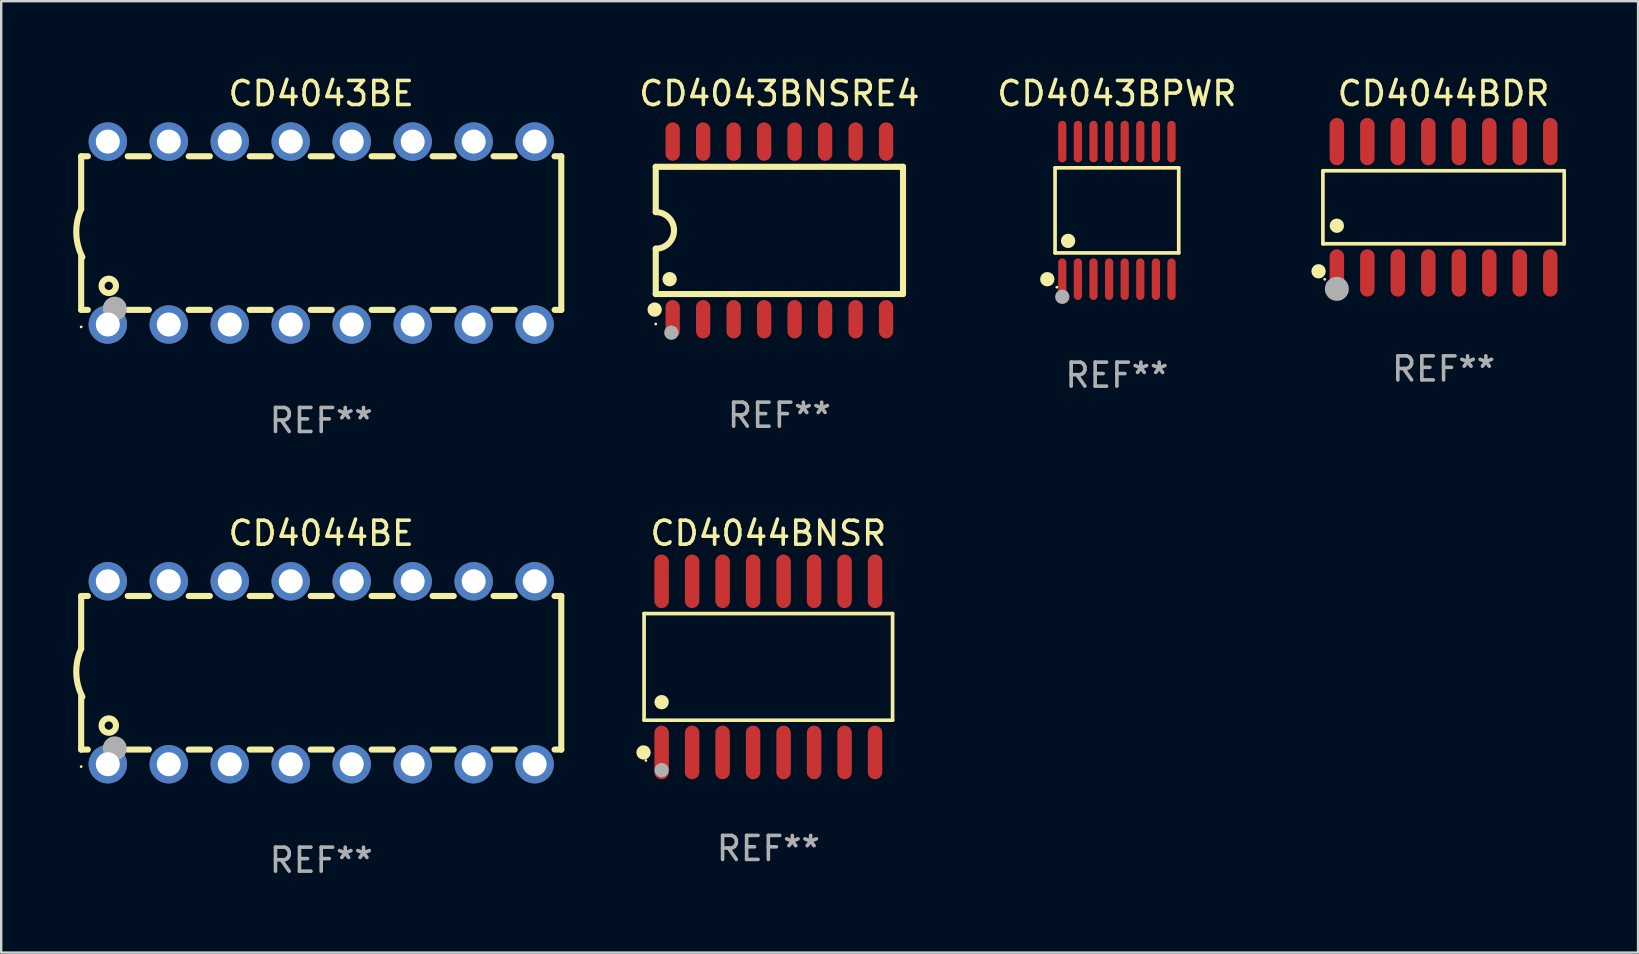
<source format=kicad_pcb>
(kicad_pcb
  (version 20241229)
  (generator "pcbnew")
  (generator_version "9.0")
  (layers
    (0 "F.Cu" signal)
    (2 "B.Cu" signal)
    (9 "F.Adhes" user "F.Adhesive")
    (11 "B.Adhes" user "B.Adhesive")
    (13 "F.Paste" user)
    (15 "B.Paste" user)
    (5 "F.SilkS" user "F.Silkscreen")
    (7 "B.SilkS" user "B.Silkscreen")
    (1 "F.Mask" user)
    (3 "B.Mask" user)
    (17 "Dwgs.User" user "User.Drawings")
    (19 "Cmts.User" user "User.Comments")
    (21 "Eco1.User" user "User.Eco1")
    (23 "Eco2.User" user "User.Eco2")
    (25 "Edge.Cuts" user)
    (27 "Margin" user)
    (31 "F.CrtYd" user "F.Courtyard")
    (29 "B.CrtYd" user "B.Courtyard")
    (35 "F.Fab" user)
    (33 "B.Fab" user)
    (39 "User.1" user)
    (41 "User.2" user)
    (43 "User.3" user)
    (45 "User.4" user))
  (footprint "CD4043BNSRE4"
    (layer "F.Cu")
    (at 29.416 6.548)
    (property "Reference" "CD4043BNSRE4" (at 0 -5.7 0) (layer "F.SilkS") (effects (font (size 1 1) (thickness 0.15))))
    (attr through_hole)
    (fp_line (start -5.15 -2.65) (end -5.15 -0.762) (stroke (width 0.254) (type solid)) (layer "F.SilkS"))
    (fp_line (start -5.15 -2.65) (end 5.15 -2.65) (stroke (width 0.254) (type solid)) (layer "F.SilkS"))
    (fp_line (start -5.15 2.65) (end -5.15 0.762) (stroke (width 0.254) (type solid)) (layer "F.SilkS"))
    (fp_line (start 5.15 -2.65) (end 5.15 2.65) (stroke (width 0.254) (type solid)) (layer "F.SilkS"))
    (fp_line (start 5.15 2.65) (end -5.15 2.65) (stroke (width 0.254) (type solid)) (layer "F.SilkS"))
    (fp_arc (start -5.151131 -0.762003) (mid -4.389128 -0.000559) (end -5.150013 0.762002) (stroke (width 0.254001) (type solid)) (layer "F.SilkS"))
    (fp_circle (center -5.195 3.299) (end -5.045 3.299) (stroke (width 0.3) (type solid)) (fill no) (layer "F.SilkS"))
    (fp_circle (center -5.15 3.9) (end -5.12 3.9) (stroke (width 0.06) (type solid)) (fill no) (layer "F.SilkS"))
    (fp_circle (center -4.572 2.032) (end -4.422 2.032) (stroke (width 0.3) (type solid)) (fill no) (layer "F.SilkS"))
    (fp_circle (center -4.5 4.26) (end -4.35 4.26) (stroke (width 0.3) (type solid)) (fill no) (layer "F.Fab"))
    (fp_text user "REF**" (at 0 7.7 0) (layer "F.Fab") (effects (font (size 1 1) (thickness 0.15))))
    (pad "1" smd oval (at -4.445 3.7) (size 0.595 1.598) (layers "F.Cu" "F.Mask" "F.Paste"))
    (pad "2" smd oval (at -3.175 3.7) (size 0.595 1.598) (layers "F.Cu" "F.Mask" "F.Paste"))
    (pad "3" smd oval (at -1.905 3.7) (size 0.595 1.598) (layers "F.Cu" "F.Mask" "F.Paste"))
    (pad "4" smd oval (at -0.635 3.7) (size 0.595 1.598) (layers "F.Cu" "F.Mask" "F.Paste"))
    (pad "5" smd oval (at 0.635 3.7) (size 0.595 1.598) (layers "F.Cu" "F.Mask" "F.Paste"))
    (pad "6" smd oval (at 1.905 3.7) (size 0.595 1.598) (layers "F.Cu" "F.Mask" "F.Paste"))
    (pad "7" smd oval (at 3.175 3.7) (size 0.595 1.598) (layers "F.Cu" "F.Mask" "F.Paste"))
    (pad "8" smd oval (at 4.445 3.7) (size 0.595 1.598) (layers "F.Cu" "F.Mask" "F.Paste"))
    (pad "9" smd oval (at 4.445 -3.7) (size 0.595 1.598) (layers "F.Cu" "F.Mask" "F.Paste"))
    (pad "10" smd oval (at 3.175 -3.7) (size 0.595 1.598) (layers "F.Cu" "F.Mask" "F.Paste"))
    (pad "11" smd oval (at 1.905 -3.7) (size 0.595 1.598) (layers "F.Cu" "F.Mask" "F.Paste"))
    (pad "12" smd oval (at 0.635 -3.7) (size 0.595 1.598) (layers "F.Cu" "F.Mask" "F.Paste"))
    (pad "13" smd oval (at -0.635 -3.7) (size 0.595 1.598) (layers "F.Cu" "F.Mask" "F.Paste"))
    (pad "14" smd oval (at -1.905 -3.7) (size 0.595 1.598) (layers "F.Cu" "F.Mask" "F.Paste"))
    (pad "15" smd oval (at -3.175 -3.7) (size 0.595 1.598) (layers "F.Cu" "F.Mask" "F.Paste"))
    (pad "16" smd oval (at -4.445 -3.7) (size 0.595 1.598) (layers "F.Cu" "F.Mask" "F.Paste")))
  (footprint "CD4043BPWR"
    (layer "F.Cu")
    (at 43.476 5.714)
    (property "Reference" "CD4043BPWR" (at 0 -4.866 0) (layer "F.SilkS") (effects (font (size 1 1) (thickness 0.15))))
    (attr through_hole)
    (fp_line (start -2.576 -1.772) (end 2.576 -1.772) (stroke (width 0.152) (type solid)) (layer "F.SilkS"))
    (fp_line (start -2.576 1.771) (end -2.576 -1.772) (stroke (width 0.152) (type solid)) (layer "F.SilkS"))
    (fp_line (start 2.576 -1.772) (end 2.576 1.771) (stroke (width 0.152) (type solid)) (layer "F.SilkS"))
    (fp_line (start 2.576 1.771) (end -2.576 1.771) (stroke (width 0.152) (type solid)) (layer "F.SilkS"))
    (fp_circle (center -2.899 2.866) (end -2.749 2.866) (stroke (width 0.3) (type solid)) (fill no) (layer "F.SilkS"))
    (fp_circle (center -2.5 3.2) (end -2.47 3.2) (stroke (width 0.06) (type solid)) (fill no) (layer "F.SilkS"))
    (fp_circle (center -2.032 1.27) (end -1.882 1.27) (stroke (width 0.3) (type solid)) (fill no) (layer "F.SilkS"))
    (fp_circle (center -2.275 3.6) (end -2.125 3.6) (stroke (width 0.3) (type solid)) (fill no) (layer "F.Fab"))
    (fp_text user "REF**" (at 0 6.866 0) (layer "F.Fab") (effects (font (size 1 1) (thickness 0.15))))
    (pad "1" smd oval (at -2.275 2.866) (size 0.343 1.731) (layers "F.Cu" "F.Mask" "F.Paste"))
    (pad "2" smd oval (at -1.625 2.866) (size 0.343 1.731) (layers "F.Cu" "F.Mask" "F.Paste"))
    (pad "3" smd oval (at -0.975 2.866) (size 0.343 1.731) (layers "F.Cu" "F.Mask" "F.Paste"))
    (pad "4" smd oval (at -0.325 2.866) (size 0.343 1.731) (layers "F.Cu" "F.Mask" "F.Paste"))
    (pad "5" smd oval (at 0.325 2.866) (size 0.343 1.731) (layers "F.Cu" "F.Mask" "F.Paste"))
    (pad "6" smd oval (at 0.975 2.866) (size 0.343 1.731) (layers "F.Cu" "F.Mask" "F.Paste"))
    (pad "7" smd oval (at 1.625 2.866) (size 0.343 1.731) (layers "F.Cu" "F.Mask" "F.Paste"))
    (pad "8" smd oval (at 2.275 2.866) (size 0.343 1.731) (layers "F.Cu" "F.Mask" "F.Paste"))
    (pad "9" smd oval (at 2.275 -2.866) (size 0.343 1.731) (layers "F.Cu" "F.Mask" "F.Paste"))
    (pad "10" smd oval (at 1.625 -2.866) (size 0.343 1.731) (layers "F.Cu" "F.Mask" "F.Paste"))
    (pad "11" smd oval (at 0.975 -2.866) (size 0.343 1.731) (layers "F.Cu" "F.Mask" "F.Paste"))
    (pad "12" smd oval (at 0.325 -2.866) (size 0.343 1.731) (layers "F.Cu" "F.Mask" "F.Paste"))
    (pad "13" smd oval (at -0.325 -2.866) (size 0.343 1.731) (layers "F.Cu" "F.Mask" "F.Paste"))
    (pad "14" smd oval (at -0.975 -2.866) (size 0.343 1.731) (layers "F.Cu" "F.Mask" "F.Paste"))
    (pad "15" smd oval (at -1.625 -2.866) (size 0.343 1.731) (layers "F.Cu" "F.Mask" "F.Paste"))
    (pad "16" smd oval (at -2.275 -2.866) (size 0.343 1.731) (layers "F.Cu" "F.Mask" "F.Paste")))
  (footprint "CD4044BE"
    (layer "F.Cu")
    (at 10.331 24.975)
    (property "Reference" "CD4044BE" (at 0 -5.81 0) (layer "F.SilkS") (effects (font (size 1 1) (thickness 0.15))))
    (attr through_hole)
    (fp_line (start -10 -3.198) (end -9.719 -3.198) (stroke (width 0.254) (type solid)) (layer "F.SilkS"))
    (fp_line (start -10 -0.998) (end -10 -3.198) (stroke (width 0.254) (type solid)) (layer "F.SilkS"))
    (fp_line (start -10 3.2) (end -10 1) (stroke (width 0.254) (type solid)) (layer "F.SilkS"))
    (fp_line (start -10 3.2) (end -9.721 3.2) (stroke (width 0.254) (type solid)) (layer "F.SilkS"))
    (fp_line (start -8.061 -3.198) (end -7.179 -3.198) (stroke (width 0.254) (type solid)) (layer "F.SilkS"))
    (fp_line (start -8.059 3.2) (end -7.181 3.2) (stroke (width 0.254) (type solid)) (layer "F.SilkS"))
    (fp_line (start -5.521 -3.198) (end -4.639 -3.198) (stroke (width 0.254) (type solid)) (layer "F.SilkS"))
    (fp_line (start -5.519 3.2) (end -4.641 3.2) (stroke (width 0.254) (type solid)) (layer "F.SilkS"))
    (fp_line (start -2.981 -3.198) (end -2.099 -3.198) (stroke (width 0.254) (type solid)) (layer "F.SilkS"))
    (fp_line (start -2.979 3.2) (end -2.101 3.2) (stroke (width 0.254) (type solid)) (layer "F.SilkS"))
    (fp_line (start -0.441 -3.198) (end 0.441 -3.198) (stroke (width 0.254) (type solid)) (layer "F.SilkS"))
    (fp_line (start -0.439 3.2) (end 0.439 3.2) (stroke (width 0.254) (type solid)) (layer "F.SilkS"))
    (fp_line (start 2.099 -3.198) (end 2.981 -3.198) (stroke (width 0.254) (type solid)) (layer "F.SilkS"))
    (fp_line (start 2.101 3.2) (end 2.979 3.2) (stroke (width 0.254) (type solid)) (layer "F.SilkS"))
    (fp_line (start 4.639 -3.198) (end 5.521 -3.198) (stroke (width 0.254) (type solid)) (layer "F.SilkS"))
    (fp_line (start 4.641 3.2) (end 5.519 3.2) (stroke (width 0.254) (type solid)) (layer "F.SilkS"))
    (fp_line (start 7.179 -3.198) (end 8.061 -3.198) (stroke (width 0.254) (type solid)) (layer "F.SilkS"))
    (fp_line (start 7.181 3.2) (end 8.059 3.2) (stroke (width 0.254) (type solid)) (layer "F.SilkS"))
    (fp_line (start 9.719 -3.198) (end 10 -3.198) (stroke (width 0.254) (type solid)) (layer "F.SilkS"))
    (fp_line (start 9.721 3.2) (end 10 3.2) (stroke (width 0.254) (type solid)) (layer "F.SilkS"))
    (fp_line (start 10 3.2) (end 10 -3.2) (stroke (width 0.254) (type solid)) (layer "F.SilkS"))
    (fp_arc (start -9.949962 1) (mid -10.203153 0.005709) (end -10 -1) (stroke (width 0.254001) (type solid)) (layer "F.SilkS"))
    (fp_circle (center -10 3.91) (end -9.97 3.91) (stroke (width 0.06) (type solid)) (fill no) (layer "F.SilkS"))
    (fp_circle (center -8.85 2.2) (end -8.55 2.2) (stroke (width 0.254) (type solid)) (fill no) (layer "F.SilkS"))
    (fp_circle (center -8.6 3.15) (end -8.35 3.15) (stroke (width 0.5) (type solid)) (fill no) (layer "F.Fab"))
    (fp_text user "REF**" (at 0 7.81 0) (layer "F.Fab") (effects (font (size 1 1) (thickness 0.15))))
    (pad "1" thru_hole circle (at -8.89 3.81) (size 1.6 1.6) (drill 1) (layers "*.Cu" "*.Mask"))
    (pad "2" thru_hole circle (at -6.35 3.81) (size 1.6 1.6) (drill 1) (layers "*.Cu" "*.Mask"))
    (pad "3" thru_hole circle (at -3.81 3.81) (size 1.6 1.6) (drill 1) (layers "*.Cu" "*.Mask"))
    (pad "4" thru_hole circle (at -1.27 3.81) (size 1.6 1.6) (drill 1) (layers "*.Cu" "*.Mask"))
    (pad "5" thru_hole circle (at 1.27 3.81) (size 1.6 1.6) (drill 1) (layers "*.Cu" "*.Mask"))
    (pad "6" thru_hole circle (at 3.81 3.81) (size 1.6 1.6) (drill 1) (layers "*.Cu" "*.Mask"))
    (pad "7" thru_hole circle (at 6.35 3.81) (size 1.6 1.6) (drill 1) (layers "*.Cu" "*.Mask"))
    (pad "8" thru_hole circle (at 8.89 3.81) (size 1.6 1.6) (drill 1) (layers "*.Cu" "*.Mask"))
    (pad "9" thru_hole circle (at 8.89 -3.81) (size 1.6 1.6) (drill 1) (layers "*.Cu" "*.Mask"))
    (pad "10" thru_hole circle (at 6.35 -3.81) (size 1.6 1.6) (drill 1) (layers "*.Cu" "*.Mask"))
    (pad "11" thru_hole circle (at 3.81 -3.81) (size 1.6 1.6) (drill 1) (layers "*.Cu" "*.Mask"))
    (pad "12" thru_hole circle (at 1.27 -3.81) (size 1.6 1.6) (drill 1) (layers "*.Cu" "*.Mask"))
    (pad "13" thru_hole circle (at -1.27 -3.81) (size 1.6 1.6) (drill 1) (layers "*.Cu" "*.Mask"))
    (pad "14" thru_hole circle (at -3.81 -3.81) (size 1.6 1.6) (drill 1) (layers "*.Cu" "*.Mask"))
    (pad "15" thru_hole circle (at -6.35 -3.81) (size 1.6 1.6) (drill 1) (layers "*.Cu" "*.Mask"))
    (pad "16" thru_hole circle (at -8.89 -3.81) (size 1.6 1.6) (drill 1) (layers "*.Cu" "*.Mask")))
  (footprint "CD4044BNSR"
    (layer "F.Cu")
    (at 28.956 24.73)
    (property "Reference" "CD4044BNSR" (at 0 -5.565 0) (layer "F.SilkS") (effects (font (size 1 1) (thickness 0.15))))
    (attr through_hole)
    (fp_line (start -5.176 -2.221) (end 5.176 -2.221) (stroke (width 0.152) (type solid)) (layer "F.SilkS"))
    (fp_line (start -5.176 2.221) (end -5.176 -2.221) (stroke (width 0.152) (type solid)) (layer "F.SilkS"))
    (fp_line (start 5.176 -2.221) (end 5.176 2.221) (stroke (width 0.152) (type solid)) (layer "F.SilkS"))
    (fp_line (start 5.176 2.221) (end -5.176 2.221) (stroke (width 0.152) (type solid)) (layer "F.SilkS"))
    (fp_circle (center -5.198 3.565) (end -5.048 3.565) (stroke (width 0.3) (type solid)) (fill no) (layer "F.SilkS"))
    (fp_circle (center -5.1 3.9) (end -5.07 3.9) (stroke (width 0.06) (type solid)) (fill no) (layer "F.SilkS"))
    (fp_circle (center -4.445 1.469) (end -4.295 1.469) (stroke (width 0.3) (type solid)) (fill no) (layer "F.SilkS"))
    (fp_circle (center -4.445 4.3) (end -4.295 4.3) (stroke (width 0.3) (type solid)) (fill no) (layer "F.Fab"))
    (fp_text user "REF**" (at 0 7.565 0) (layer "F.Fab") (effects (font (size 1 1) (thickness 0.15))))
    (pad "1" smd oval (at -4.445 3.565) (size 0.602 2.231) (layers "F.Cu" "F.Mask" "F.Paste"))
    (pad "2" smd oval (at -3.175 3.565) (size 0.602 2.231) (layers "F.Cu" "F.Mask" "F.Paste"))
    (pad "3" smd oval (at -1.905 3.565) (size 0.602 2.231) (layers "F.Cu" "F.Mask" "F.Paste"))
    (pad "4" smd oval (at -0.635 3.565) (size 0.602 2.231) (layers "F.Cu" "F.Mask" "F.Paste"))
    (pad "5" smd oval (at 0.635 3.565) (size 0.602 2.231) (layers "F.Cu" "F.Mask" "F.Paste"))
    (pad "6" smd oval (at 1.905 3.565) (size 0.602 2.231) (layers "F.Cu" "F.Mask" "F.Paste"))
    (pad "7" smd oval (at 3.175 3.565) (size 0.602 2.231) (layers "F.Cu" "F.Mask" "F.Paste"))
    (pad "8" smd oval (at 4.445 3.565) (size 0.602 2.231) (layers "F.Cu" "F.Mask" "F.Paste"))
    (pad "9" smd oval (at 4.445 -3.565) (size 0.602 2.231) (layers "F.Cu" "F.Mask" "F.Paste"))
    (pad "10" smd oval (at 3.175 -3.565) (size 0.602 2.231) (layers "F.Cu" "F.Mask" "F.Paste"))
    (pad "11" smd oval (at 1.905 -3.565) (size 0.602 2.231) (layers "F.Cu" "F.Mask" "F.Paste"))
    (pad "12" smd oval (at 0.635 -3.565) (size 0.602 2.231) (layers "F.Cu" "F.Mask" "F.Paste"))
    (pad "13" smd oval (at -0.635 -3.565) (size 0.602 2.231) (layers "F.Cu" "F.Mask" "F.Paste"))
    (pad "14" smd oval (at -1.905 -3.565) (size 0.602 2.231) (layers "F.Cu" "F.Mask" "F.Paste"))
    (pad "15" smd oval (at -3.175 -3.565) (size 0.602 2.231) (layers "F.Cu" "F.Mask" "F.Paste"))
    (pad "16" smd oval (at -4.445 -3.565) (size 0.602 2.231) (layers "F.Cu" "F.Mask" "F.Paste")))
  (footprint "CD4043BE"
    (layer "F.Cu")
    (at 10.331 6.658)
    (property "Reference" "CD4043BE" (at 0 -5.81 0) (layer "F.SilkS") (effects (font (size 1 1) (thickness 0.15))))
    (attr through_hole)
    (fp_line (start -10 -3.198) (end -9.719 -3.198) (stroke (width 0.254) (type solid)) (layer "F.SilkS"))
    (fp_line (start -10 -0.998) (end -10 -3.198) (stroke (width 0.254) (type solid)) (layer "F.SilkS"))
    (fp_line (start -10 3.2) (end -10 1) (stroke (width 0.254) (type solid)) (layer "F.SilkS"))
    (fp_line (start -10 3.2) (end -9.721 3.2) (stroke (width 0.254) (type solid)) (layer "F.SilkS"))
    (fp_line (start -8.061 -3.198) (end -7.179 -3.198) (stroke (width 0.254) (type solid)) (layer "F.SilkS"))
    (fp_line (start -8.059 3.2) (end -7.181 3.2) (stroke (width 0.254) (type solid)) (layer "F.SilkS"))
    (fp_line (start -5.521 -3.198) (end -4.639 -3.198) (stroke (width 0.254) (type solid)) (layer "F.SilkS"))
    (fp_line (start -5.519 3.2) (end -4.641 3.2) (stroke (width 0.254) (type solid)) (layer "F.SilkS"))
    (fp_line (start -2.981 -3.198) (end -2.099 -3.198) (stroke (width 0.254) (type solid)) (layer "F.SilkS"))
    (fp_line (start -2.979 3.2) (end -2.101 3.2) (stroke (width 0.254) (type solid)) (layer "F.SilkS"))
    (fp_line (start -0.441 -3.198) (end 0.441 -3.198) (stroke (width 0.254) (type solid)) (layer "F.SilkS"))
    (fp_line (start -0.439 3.2) (end 0.439 3.2) (stroke (width 0.254) (type solid)) (layer "F.SilkS"))
    (fp_line (start 2.099 -3.198) (end 2.981 -3.198) (stroke (width 0.254) (type solid)) (layer "F.SilkS"))
    (fp_line (start 2.101 3.2) (end 2.979 3.2) (stroke (width 0.254) (type solid)) (layer "F.SilkS"))
    (fp_line (start 4.639 -3.198) (end 5.521 -3.198) (stroke (width 0.254) (type solid)) (layer "F.SilkS"))
    (fp_line (start 4.641 3.2) (end 5.519 3.2) (stroke (width 0.254) (type solid)) (layer "F.SilkS"))
    (fp_line (start 7.179 -3.198) (end 8.061 -3.198) (stroke (width 0.254) (type solid)) (layer "F.SilkS"))
    (fp_line (start 7.181 3.2) (end 8.059 3.2) (stroke (width 0.254) (type solid)) (layer "F.SilkS"))
    (fp_line (start 9.719 -3.198) (end 10 -3.198) (stroke (width 0.254) (type solid)) (layer "F.SilkS"))
    (fp_line (start 9.721 3.2) (end 10 3.2) (stroke (width 0.254) (type solid)) (layer "F.SilkS"))
    (fp_line (start 10 3.2) (end 10 -3.2) (stroke (width 0.254) (type solid)) (layer "F.SilkS"))
    (fp_arc (start -9.949962 1) (mid -10.203153 0.005709) (end -10 -1) (stroke (width 0.254001) (type solid)) (layer "F.SilkS"))
    (fp_circle (center -10 3.91) (end -9.97 3.91) (stroke (width 0.06) (type solid)) (fill no) (layer "F.SilkS"))
    (fp_circle (center -8.85 2.2) (end -8.55 2.2) (stroke (width 0.254) (type solid)) (fill no) (layer "F.SilkS"))
    (fp_circle (center -8.6 3.15) (end -8.35 3.15) (stroke (width 0.5) (type solid)) (fill no) (layer "F.Fab"))
    (fp_text user "REF**" (at 0 7.81 0) (layer "F.Fab") (effects (font (size 1 1) (thickness 0.15))))
    (pad "1" thru_hole circle (at -8.89 3.81) (size 1.6 1.6) (drill 1) (layers "*.Cu" "*.Mask"))
    (pad "2" thru_hole circle (at -6.35 3.81) (size 1.6 1.6) (drill 1) (layers "*.Cu" "*.Mask"))
    (pad "3" thru_hole circle (at -3.81 3.81) (size 1.6 1.6) (drill 1) (layers "*.Cu" "*.Mask"))
    (pad "4" thru_hole circle (at -1.27 3.81) (size 1.6 1.6) (drill 1) (layers "*.Cu" "*.Mask"))
    (pad "5" thru_hole circle (at 1.27 3.81) (size 1.6 1.6) (drill 1) (layers "*.Cu" "*.Mask"))
    (pad "6" thru_hole circle (at 3.81 3.81) (size 1.6 1.6) (drill 1) (layers "*.Cu" "*.Mask"))
    (pad "7" thru_hole circle (at 6.35 3.81) (size 1.6 1.6) (drill 1) (layers "*.Cu" "*.Mask"))
    (pad "8" thru_hole circle (at 8.89 3.81) (size 1.6 1.6) (drill 1) (layers "*.Cu" "*.Mask"))
    (pad "9" thru_hole circle (at 8.89 -3.81) (size 1.6 1.6) (drill 1) (layers "*.Cu" "*.Mask"))
    (pad "10" thru_hole circle (at 6.35 -3.81) (size 1.6 1.6) (drill 1) (layers "*.Cu" "*.Mask"))
    (pad "11" thru_hole circle (at 3.81 -3.81) (size 1.6 1.6) (drill 1) (layers "*.Cu" "*.Mask"))
    (pad "12" thru_hole circle (at 1.27 -3.81) (size 1.6 1.6) (drill 1) (layers "*.Cu" "*.Mask"))
    (pad "13" thru_hole circle (at -1.27 -3.81) (size 1.6 1.6) (drill 1) (layers "*.Cu" "*.Mask"))
    (pad "14" thru_hole circle (at -3.81 -3.81) (size 1.6 1.6) (drill 1) (layers "*.Cu" "*.Mask"))
    (pad "15" thru_hole circle (at -6.35 -3.81) (size 1.6 1.6) (drill 1) (layers "*.Cu" "*.Mask"))
    (pad "16" thru_hole circle (at -8.89 -3.81) (size 1.6 1.6) (drill 1) (layers "*.Cu" "*.Mask")))
  (footprint "CD4044BDR"
    (layer "F.Cu")
    (at 57.084 5.584)
    (property "Reference" "CD4044BDR" (at 0 -4.736 0) (layer "F.SilkS") (effects (font (size 1 1) (thickness 0.15))))
    (attr through_hole)
    (fp_line (start -5.026 -1.521) (end 5.026 -1.521) (stroke (width 0.152) (type solid)) (layer "F.SilkS"))
    (fp_line (start -5.026 1.521) (end -5.026 -1.521) (stroke (width 0.152) (type solid)) (layer "F.SilkS"))
    (fp_line (start 5.026 -1.521) (end 5.026 1.521) (stroke (width 0.152) (type solid)) (layer "F.SilkS"))
    (fp_line (start 5.026 1.521) (end -5.026 1.521) (stroke (width 0.152) (type solid)) (layer "F.SilkS"))
    (fp_circle (center -5.207 2.667) (end -5.057 2.667) (stroke (width 0.3) (type solid)) (fill no) (layer "F.SilkS"))
    (fp_circle (center -4.95 3) (end -4.92 3) (stroke (width 0.06) (type solid)) (fill no) (layer "F.SilkS"))
    (fp_circle (center -4.445 0.769) (end -4.295 0.769) (stroke (width 0.3) (type solid)) (fill no) (layer "F.SilkS"))
    (fp_circle (center -4.445 3.4) (end -4.195 3.4) (stroke (width 0.5) (type solid)) (fill no) (layer "F.Fab"))
    (fp_text user "REF**" (at 0 6.736 0) (layer "F.Fab") (effects (font (size 1 1) (thickness 0.15))))
    (pad "1" smd oval (at -4.445 2.736) (size 0.602 1.971) (layers "F.Cu" "F.Mask" "F.Paste"))
    (pad "2" smd oval (at -3.175 2.736) (size 0.602 1.971) (layers "F.Cu" "F.Mask" "F.Paste"))
    (pad "3" smd oval (at -1.905 2.736) (size 0.602 1.971) (layers "F.Cu" "F.Mask" "F.Paste"))
    (pad "4" smd oval (at -0.635 2.736) (size 0.602 1.971) (layers "F.Cu" "F.Mask" "F.Paste"))
    (pad "5" smd oval (at 0.635 2.736) (size 0.602 1.971) (layers "F.Cu" "F.Mask" "F.Paste"))
    (pad "6" smd oval (at 1.905 2.736) (size 0.602 1.971) (layers "F.Cu" "F.Mask" "F.Paste"))
    (pad "7" smd oval (at 3.175 2.736) (size 0.602 1.971) (layers "F.Cu" "F.Mask" "F.Paste"))
    (pad "8" smd oval (at 4.445 2.736) (size 0.602 1.971) (layers "F.Cu" "F.Mask" "F.Paste"))
    (pad "9" smd oval (at 4.445 -2.736) (size 0.602 1.971) (layers "F.Cu" "F.Mask" "F.Paste"))
    (pad "10" smd oval (at 3.175 -2.736) (size 0.602 1.971) (layers "F.Cu" "F.Mask" "F.Paste"))
    (pad "11" smd oval (at 1.905 -2.736) (size 0.602 1.971) (layers "F.Cu" "F.Mask" "F.Paste"))
    (pad "12" smd oval (at 0.635 -2.736) (size 0.602 1.971) (layers "F.Cu" "F.Mask" "F.Paste"))
    (pad "13" smd oval (at -0.635 -2.736) (size 0.602 1.971) (layers "F.Cu" "F.Mask" "F.Paste"))
    (pad "14" smd oval (at -1.905 -2.736) (size 0.602 1.971) (layers "F.Cu" "F.Mask" "F.Paste"))
    (pad "15" smd oval (at -3.175 -2.736) (size 0.602 1.971) (layers "F.Cu" "F.Mask" "F.Paste"))
    (pad "16" smd oval (at -4.445 -2.736) (size 0.602 1.971) (layers "F.Cu" "F.Mask" "F.Paste")))
  (gr_rect
    (start -3 -3)
    (end 65.186 36.633)
    (stroke (width 0.1) (type default))
    (fill no)
    (layer "Edge.Cuts")))
</source>
